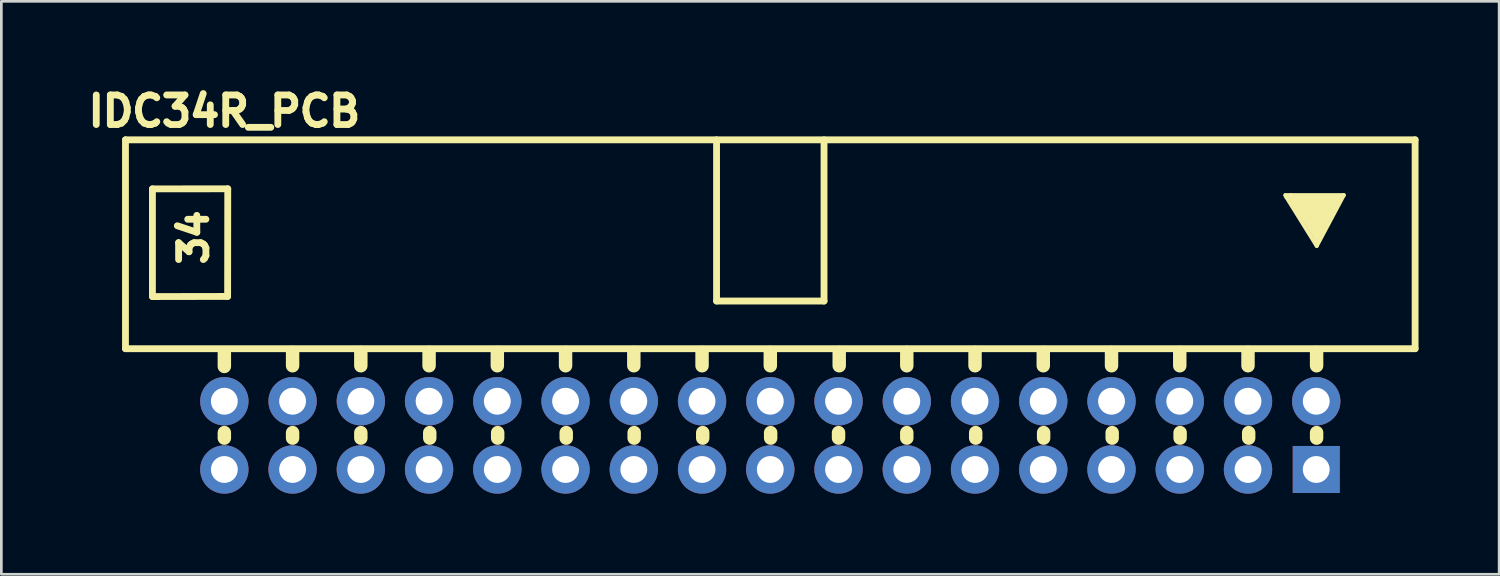
<source format=kicad_pcb>
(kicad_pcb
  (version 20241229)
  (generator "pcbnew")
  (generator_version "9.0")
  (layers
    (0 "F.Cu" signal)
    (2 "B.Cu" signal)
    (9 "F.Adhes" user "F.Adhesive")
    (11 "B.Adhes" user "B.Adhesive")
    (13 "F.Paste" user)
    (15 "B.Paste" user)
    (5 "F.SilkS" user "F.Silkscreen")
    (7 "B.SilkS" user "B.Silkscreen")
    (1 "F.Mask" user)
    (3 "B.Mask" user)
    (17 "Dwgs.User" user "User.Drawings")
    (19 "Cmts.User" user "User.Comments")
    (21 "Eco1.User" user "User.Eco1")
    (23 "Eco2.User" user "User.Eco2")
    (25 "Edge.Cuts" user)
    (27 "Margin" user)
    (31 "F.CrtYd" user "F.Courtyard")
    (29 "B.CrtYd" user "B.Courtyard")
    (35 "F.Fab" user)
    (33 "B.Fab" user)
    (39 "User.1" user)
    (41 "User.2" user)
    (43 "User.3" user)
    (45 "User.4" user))
  (footprint "IDC34R_PCB"
    (layer "F.Cu")
    (at 25.62 13.154)
    (property "Reference" "IDC34R_PCB" (at -20.32 -12.065 0) (layer "F.SilkS") (effects (font (size 1.1 1.1) (thickness 0.254))))
    (attr smd)
    (fp_line (start -24 -11) (end 24 -11) (stroke (width 0.254) (type solid)) (layer "F.SilkS"))
    (fp_line (start -24 -3.226) (end -24 -11) (stroke (width 0.254) (type solid)) (layer "F.SilkS"))
    (fp_line (start -24 -3.226) (end 24 -3.226) (stroke (width 0.254) (type solid)) (layer "F.SilkS"))
    (fp_line (start -22.997 -9.174) (end -22.997 -5.169) (stroke (width 0.254) (type solid)) (layer "F.SilkS"))
    (fp_line (start -22.997 -5.166) (end -20.198 -5.171) (stroke (width 0.254) (type solid)) (layer "F.SilkS"))
    (fp_line (start -20.32 -3.061) (end -20.32 -2.565) (stroke (width 0.5) (type solid)) (layer "F.SilkS"))
    (fp_line (start -20.32 -0.102) (end -20.32 0.102) (stroke (width 0.5) (type solid)) (layer "F.SilkS"))
    (fp_line (start -20.198 -5.171) (end -20.193 -9.177) (stroke (width 0.254) (type solid)) (layer "F.SilkS"))
    (fp_line (start -20.193 -9.177) (end -22.997 -9.174) (stroke (width 0.254) (type solid)) (layer "F.SilkS"))
    (fp_line (start -17.78 -3.086) (end -17.78 -2.591) (stroke (width 0.5) (type solid)) (layer "F.SilkS"))
    (fp_line (start -17.78 -0.102) (end -17.78 0.102) (stroke (width 0.5) (type solid)) (layer "F.SilkS"))
    (fp_line (start -15.24 -3.086) (end -15.24 -2.591) (stroke (width 0.5) (type solid)) (layer "F.SilkS"))
    (fp_line (start -15.24 -0.102) (end -15.24 0.102) (stroke (width 0.5) (type solid)) (layer "F.SilkS"))
    (fp_line (start -12.7 -3.086) (end -12.7 -2.591) (stroke (width 0.5) (type solid)) (layer "F.SilkS"))
    (fp_line (start -12.675 -0.102) (end -12.675 0.102) (stroke (width 0.5) (type solid)) (layer "F.SilkS"))
    (fp_line (start -10.16 -3.086) (end -10.16 -2.591) (stroke (width 0.5) (type solid)) (layer "F.SilkS"))
    (fp_line (start -10.147 -0.102) (end -10.147 0.102) (stroke (width 0.5) (type solid)) (layer "F.SilkS"))
    (fp_line (start -7.62 -3.086) (end -7.62 -2.591) (stroke (width 0.5) (type solid)) (layer "F.SilkS"))
    (fp_line (start -7.595 -0.102) (end -7.595 0.102) (stroke (width 0.5) (type solid)) (layer "F.SilkS"))
    (fp_line (start -5.08 -3.086) (end -5.08 -2.591) (stroke (width 0.5) (type solid)) (layer "F.SilkS"))
    (fp_line (start -5.067 -0.102) (end -5.067 0.102) (stroke (width 0.5) (type solid)) (layer "F.SilkS"))
    (fp_line (start -2.54 -3.086) (end -2.54 -2.591) (stroke (width 0.5) (type solid)) (layer "F.SilkS"))
    (fp_line (start -2.515 -0.102) (end -2.515 0.102) (stroke (width 0.5) (type solid)) (layer "F.SilkS"))
    (fp_line (start -2 -5) (end -2 -11) (stroke (width 0.254) (type solid)) (layer "F.SilkS"))
    (fp_line (start 0 -3.086) (end 0 -2.591) (stroke (width 0.5) (type solid)) (layer "F.SilkS"))
    (fp_line (start 0.013 -0.102) (end 0.013 0.102) (stroke (width 0.5) (type solid)) (layer "F.SilkS"))
    (fp_line (start 2 -5) (end -2 -5) (stroke (width 0.254) (type solid)) (layer "F.SilkS"))
    (fp_line (start 2 -5) (end 2 -11) (stroke (width 0.254) (type solid)) (layer "F.SilkS"))
    (fp_line (start 2.54 -0.102) (end 2.54 0.102) (stroke (width 0.5) (type solid)) (layer "F.SilkS"))
    (fp_line (start 2.565 -3.086) (end 2.565 -2.591) (stroke (width 0.5) (type solid)) (layer "F.SilkS"))
    (fp_line (start 5.08 -3.086) (end 5.08 -2.591) (stroke (width 0.5) (type solid)) (layer "F.SilkS"))
    (fp_line (start 5.08 -0.102) (end 5.08 0.102) (stroke (width 0.5) (type solid)) (layer "F.SilkS"))
    (fp_line (start 7.62 -3.086) (end 7.62 -2.591) (stroke (width 0.5) (type solid)) (layer "F.SilkS"))
    (fp_line (start 7.645 -0.102) (end 7.645 0.102) (stroke (width 0.5) (type solid)) (layer "F.SilkS"))
    (fp_line (start 10.16 -3.086) (end 10.16 -2.591) (stroke (width 0.5) (type solid)) (layer "F.SilkS"))
    (fp_line (start 10.173 -0.102) (end 10.173 0.102) (stroke (width 0.5) (type solid)) (layer "F.SilkS"))
    (fp_line (start 12.7 -3.086) (end 12.7 -2.591) (stroke (width 0.5) (type solid)) (layer "F.SilkS"))
    (fp_line (start 12.725 -0.102) (end 12.725 0.102) (stroke (width 0.5) (type solid)) (layer "F.SilkS"))
    (fp_line (start 15.24 -3.086) (end 15.24 -2.591) (stroke (width 0.5) (type solid)) (layer "F.SilkS"))
    (fp_line (start 15.253 -0.102) (end 15.253 0.102) (stroke (width 0.5) (type solid)) (layer "F.SilkS"))
    (fp_line (start 17.78 -3.086) (end 17.78 -2.591) (stroke (width 0.5) (type solid)) (layer "F.SilkS"))
    (fp_line (start 17.805 -0.102) (end 17.805 0.102) (stroke (width 0.5) (type solid)) (layer "F.SilkS"))
    (fp_line (start 19.21 -8.865) (end 19.164 -8.941) (stroke (width 0.15) (type solid)) (layer "F.SilkS"))
    (fp_line (start 19.347 -8.941) (end 21.344 -8.941) (stroke (width 0.15) (type solid)) (layer "F.SilkS"))
    (fp_line (start 19.362 -8.857) (end 20.338 -7.31) (stroke (width 0.15) (type solid)) (layer "F.SilkS"))
    (fp_line (start 19.383 -8.936) (end 19.19 -8.941) (stroke (width 0.15) (type solid)) (layer "F.SilkS"))
    (fp_line (start 19.492 -8.865) (end 20.323 -7.523) (stroke (width 0.15) (type solid)) (layer "F.SilkS"))
    (fp_line (start 19.622 -8.766) (end 20.323 -7.737) (stroke (width 0.15) (type solid)) (layer "F.SilkS"))
    (fp_line (start 19.835 -8.659) (end 20.361 -7.912) (stroke (width 0.15) (type solid)) (layer "F.SilkS"))
    (fp_line (start 20.063 -8.567) (end 20.353 -8.125) (stroke (width 0.15) (type solid)) (layer "F.SilkS"))
    (fp_line (start 20.081 -8.445) (end 19.759 -8.71) (stroke (width 0.15) (type solid)) (layer "F.SilkS"))
    (fp_line (start 20.216 -8.529) (end 20.391 -8.423) (stroke (width 0.15) (type solid)) (layer "F.SilkS"))
    (fp_line (start 20.284 -8.354) (end 20.292 -8.346) (stroke (width 0.15) (type solid)) (layer "F.SilkS"))
    (fp_line (start 20.323 -7.737) (end 20.864 -8.712) (stroke (width 0.15) (type solid)) (layer "F.SilkS"))
    (fp_line (start 20.323 -7.523) (end 20.993 -8.781) (stroke (width 0.15) (type solid)) (layer "F.SilkS"))
    (fp_line (start 20.333 -3.086) (end 20.333 -2.591) (stroke (width 0.5) (type solid)) (layer "F.SilkS"))
    (fp_line (start 20.333 -0.102) (end 20.333 0.102) (stroke (width 0.5) (type solid)) (layer "F.SilkS"))
    (fp_line (start 20.338 -7.31) (end 21.153 -8.857) (stroke (width 0.15) (type solid)) (layer "F.SilkS"))
    (fp_line (start 20.338 -7.051) (end 19.21 -8.865) (stroke (width 0.15) (type solid)) (layer "F.SilkS"))
    (fp_line (start 20.353 -8.125) (end 20.498 -8.575) (stroke (width 0.15) (type solid)) (layer "F.SilkS"))
    (fp_line (start 20.361 -7.912) (end 20.65 -8.651) (stroke (width 0.15) (type solid)) (layer "F.SilkS"))
    (fp_line (start 20.391 -8.423) (end 20.284 -8.354) (stroke (width 0.15) (type solid)) (layer "F.SilkS"))
    (fp_line (start 20.399 -7.501) (end 20.338 -7.203) (stroke (width 0.15) (type solid)) (layer "F.SilkS"))
    (fp_line (start 20.498 -8.575) (end 20.216 -8.529) (stroke (width 0.15) (type solid)) (layer "F.SilkS"))
    (fp_line (start 20.65 -8.651) (end 20.063 -8.567) (stroke (width 0.15) (type solid)) (layer "F.SilkS"))
    (fp_line (start 20.795 -8.763) (end 20.688 -8.567) (stroke (width 0.15) (type solid)) (layer "F.SilkS"))
    (fp_line (start 20.864 -8.712) (end 19.835 -8.659) (stroke (width 0.15) (type solid)) (layer "F.SilkS"))
    (fp_line (start 20.993 -8.781) (end 19.622 -8.766) (stroke (width 0.15) (type solid)) (layer "F.SilkS"))
    (fp_line (start 21.153 -8.857) (end 19.492 -8.865) (stroke (width 0.15) (type solid)) (layer "F.SilkS"))
    (fp_line (start 21.344 -8.941) (end 20.338 -7.051) (stroke (width 0.15) (type solid)) (layer "F.SilkS"))
    (fp_line (start 24 -3.226) (end 24 -11) (stroke (width 0.254) (type solid)) (layer "F.SilkS"))
    (fp_text user "34" (at -21.463 -7.366 90) (layer "F.SilkS") (effects (font (size 1.016 1.016) (thickness 0.254))))
    (pad "1" thru_hole rect (at 20.32 1.27 180) (size 1.75 1.75) (drill 1) (layers "*.Cu" "*.Mask"))
    (pad "2" thru_hole circle (at 20.32 -1.27 180) (size 1.8 1.8) (drill 1) (layers "*.Cu" "*.Mask"))
    (pad "3" thru_hole circle (at 17.78 1.27 180) (size 1.8 1.8) (drill 1) (layers "*.Cu" "*.Mask"))
    (pad "4" thru_hole circle (at 17.78 -1.27 180) (size 1.8 1.8) (drill 1) (layers "*.Cu" "*.Mask"))
    (pad "5" thru_hole circle (at 15.24 1.27 180) (size 1.8 1.8) (drill 1) (layers "*.Cu" "*.Mask"))
    (pad "6" thru_hole circle (at 15.24 -1.27 180) (size 1.8 1.8) (drill 1) (layers "*.Cu" "*.Mask"))
    (pad "7" thru_hole circle (at 12.7 1.27 180) (size 1.8 1.8) (drill 1) (layers "*.Cu" "*.Mask"))
    (pad "8" thru_hole circle (at 12.7 -1.27 180) (size 1.8 1.8) (drill 1) (layers "*.Cu" "*.Mask"))
    (pad "9" thru_hole circle (at 10.16 1.27 180) (size 1.8 1.8) (drill 1) (layers "*.Cu" "*.Mask"))
    (pad "10" thru_hole circle (at 10.16 -1.27 180) (size 1.8 1.8) (drill 1) (layers "*.Cu" "*.Mask"))
    (pad "11" thru_hole circle (at 7.62 1.27 180) (size 1.8 1.8) (drill 1) (layers "*.Cu" "*.Mask"))
    (pad "12" thru_hole circle (at 7.62 -1.27 180) (size 1.8 1.8) (drill 1) (layers "*.Cu" "*.Mask"))
    (pad "13" thru_hole circle (at 5.08 1.27 180) (size 1.8 1.8) (drill 1) (layers "*.Cu" "*.Mask"))
    (pad "14" thru_hole circle (at 5.08 -1.27 180) (size 1.8 1.8) (drill 1) (layers "*.Cu" "*.Mask"))
    (pad "15" thru_hole circle (at 2.54 1.27 180) (size 1.8 1.8) (drill 1) (layers "*.Cu" "*.Mask"))
    (pad "16" thru_hole circle (at 2.54 -1.27 180) (size 1.8 1.8) (drill 1) (layers "*.Cu" "*.Mask"))
    (pad "17" thru_hole circle (at 0 1.27 180) (size 1.8 1.8) (drill 1) (layers "*.Cu" "*.Mask"))
    (pad "18" thru_hole circle (at 0 -1.27 180) (size 1.8 1.8) (drill 1) (layers "*.Cu" "*.Mask"))
    (pad "19" thru_hole circle (at -2.54 1.27 180) (size 1.8 1.8) (drill 1) (layers "*.Cu" "*.Mask"))
    (pad "20" thru_hole circle (at -2.54 -1.27 180) (size 1.8 1.8) (drill 1) (layers "*.Cu" "*.Mask"))
    (pad "21" thru_hole circle (at -5.08 1.27 180) (size 1.8 1.8) (drill 1) (layers "*.Cu" "*.Mask"))
    (pad "22" thru_hole circle (at -5.08 -1.27 180) (size 1.8 1.8) (drill 1) (layers "*.Cu" "*.Mask"))
    (pad "23" thru_hole circle (at -7.62 1.27 180) (size 1.8 1.8) (drill 1) (layers "*.Cu" "*.Mask"))
    (pad "24" thru_hole circle (at -7.62 -1.27 180) (size 1.8 1.8) (drill 1) (layers "*.Cu" "*.Mask"))
    (pad "25" thru_hole circle (at -10.16 1.27 180) (size 1.8 1.8) (drill 1) (layers "*.Cu" "*.Mask"))
    (pad "26" thru_hole circle (at -10.16 -1.27 180) (size 1.8 1.8) (drill 1) (layers "*.Cu" "*.Mask"))
    (pad "27" thru_hole circle (at -12.7 1.27 180) (size 1.8 1.8) (drill 1) (layers "*.Cu" "*.Mask"))
    (pad "28" thru_hole circle (at -12.7 -1.27 180) (size 1.8 1.8) (drill 1) (layers "*.Cu" "*.Mask"))
    (pad "29" thru_hole circle (at -15.24 1.27 180) (size 1.8 1.8) (drill 1) (layers "*.Cu" "*.Mask"))
    (pad "30" thru_hole circle (at -15.24 -1.27 180) (size 1.8 1.8) (drill 1) (layers "*.Cu" "*.Mask"))
    (pad "31" thru_hole circle (at -17.78 1.27 180) (size 1.8 1.8) (drill 1) (layers "*.Cu" "*.Mask"))
    (pad "32" thru_hole circle (at -17.78 -1.27 180) (size 1.8 1.8) (drill 1) (layers "*.Cu" "*.Mask"))
    (pad "33" thru_hole circle (at -20.32 1.27 180) (size 1.8 1.8) (drill 1) (layers "*.Cu" "*.Mask"))
    (pad "34" thru_hole circle (at -20.32 -1.27 180) (size 1.8 1.8) (drill 1) (layers "*.Cu" "*.Mask")))
  (gr_rect
    (start -3 -3)
    (end 52.747 18.324)
    (stroke (width 0.1) (type default))
    (fill no)
    (layer "Edge.Cuts")))
</source>
